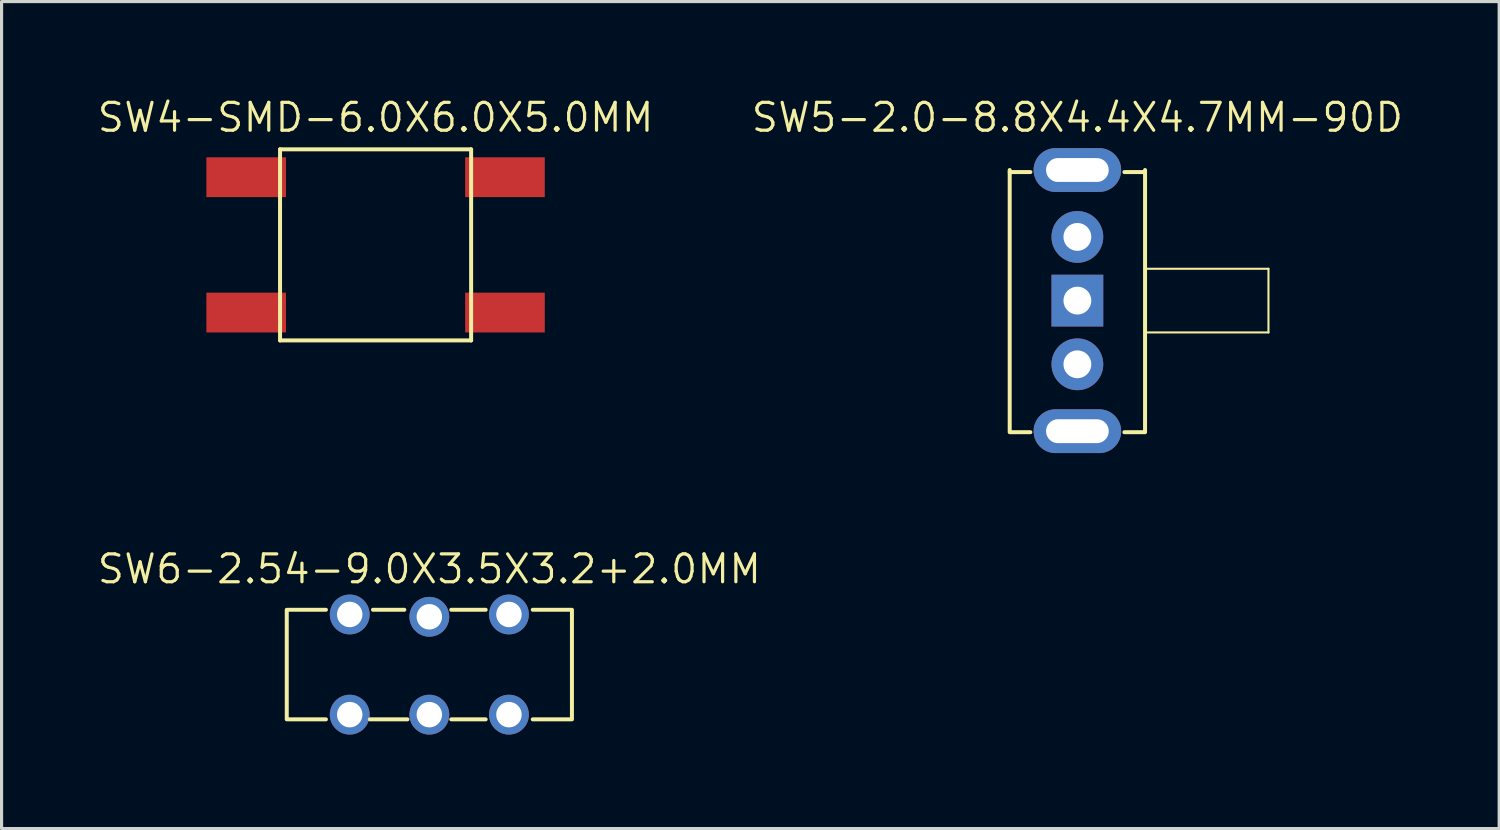
<source format=kicad_pcb>
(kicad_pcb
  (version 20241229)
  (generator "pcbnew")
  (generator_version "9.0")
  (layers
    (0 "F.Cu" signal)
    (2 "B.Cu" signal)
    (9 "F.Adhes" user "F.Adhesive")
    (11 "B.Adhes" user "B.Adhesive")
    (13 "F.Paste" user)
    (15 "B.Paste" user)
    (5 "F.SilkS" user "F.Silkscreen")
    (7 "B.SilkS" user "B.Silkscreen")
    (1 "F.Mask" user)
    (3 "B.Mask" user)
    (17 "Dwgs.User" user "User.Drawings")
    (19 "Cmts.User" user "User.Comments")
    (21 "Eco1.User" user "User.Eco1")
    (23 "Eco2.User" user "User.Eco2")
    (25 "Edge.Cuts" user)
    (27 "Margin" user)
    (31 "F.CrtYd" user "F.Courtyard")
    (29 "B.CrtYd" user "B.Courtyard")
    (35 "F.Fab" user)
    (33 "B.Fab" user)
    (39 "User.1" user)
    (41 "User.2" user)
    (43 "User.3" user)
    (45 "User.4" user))
  (footprint "SW5-2.0-8.8X4.4X4.7MM-90D"
    (layer "F.Cu")
    (at 31.321 6.54)
    (property "Reference" "SW5-2.0-8.8X4.4X4.7MM-90D" (at 0 -5.842 0) (layer "F.SilkS") (effects (font (size 0.889 0.889) (thickness 0.102))))
    (attr exclude_from_pos_files exclude_from_bom)
    (fp_line (start -2.159 -4.1) (end -1.499 -4.1) (stroke (width 0.127) (type solid)) (layer "F.SilkS"))
    (fp_line (start -2.159 4.14) (end -2.159 -4.14) (stroke (width 0.066) (type solid)) (layer "F.SilkS"))
    (fp_line (start -2.159 4.166) (end -2.159 -4.166) (stroke (width 0.127) (type solid)) (layer "F.SilkS"))
    (fp_line (start -2.159 4.199) (end -1.499 4.199) (stroke (width 0.127) (type solid)) (layer "F.SilkS"))
    (fp_line (start 2.159 -4.166) (end 2.159 4.166) (stroke (width 0.127) (type solid)) (layer "F.SilkS"))
    (fp_line (start 2.159 -4.1) (end 1.499 -4.1) (stroke (width 0.127) (type solid)) (layer "F.SilkS"))
    (fp_line (start 2.159 -1.016) (end 6.096 -1.016) (stroke (width 0.066) (type solid)) (layer "F.SilkS"))
    (fp_line (start 2.159 1.016) (end 2.159 -1.016) (stroke (width 0.066) (type solid)) (layer "F.SilkS"))
    (fp_line (start 2.159 1.016) (end 6.096 1.016) (stroke (width 0.066) (type solid)) (layer "F.SilkS"))
    (fp_line (start 2.159 4.14) (end 2.159 -4.14) (stroke (width 0.066) (type solid)) (layer "F.SilkS"))
    (fp_line (start 2.159 4.199) (end 1.499 4.199) (stroke (width 0.127) (type solid)) (layer "F.SilkS"))
    (fp_line (start 6.096 1.016) (end 6.096 -1.016) (stroke (width 0.066) (type solid)) (layer "F.SilkS"))
    (pad "A" thru_hole circle (at 0 -2.032) (size 1.651 1.651) (drill 0.889) (layers "*.Cu" "*.Mask"))
    (pad "B" thru_hole circle (at 0 2.032) (size 1.651 1.651) (drill 0.889) (layers "*.Cu" "*.Mask"))
    (pad "COM" thru_hole rect (at 0 0) (size 1.651 1.651) (drill 0.889) (layers "*.Cu" "*.Mask"))
    (pad "NC1" thru_hole oval (at 0 -4.166 90) (size 1.397 2.794) (drill oval 0.762 2) (layers "*.Cu" "*.Mask"))
    (pad "NC2" thru_hole oval (at 0 4.166 90) (size 1.397 2.794) (drill oval 0.762 2) (layers "*.Cu" "*.Mask")))
  (footprint "SW4-SMD-6.0X6.0X5.0MM"
    (layer "F.Cu")
    (at 8.932 4.762)
    (property "Reference" "SW4-SMD-6.0X6.0X5.0MM" (at 0 -4.064 0) (layer "F.SilkS") (effects (font (size 0.889 0.889) (thickness 0.102))))
    (attr smd)
    (fp_line (start -3.048 -3.048) (end 3.048 -3.048) (stroke (width 0.127) (type solid)) (layer "F.SilkS"))
    (fp_line (start -3.048 3.048) (end -3.048 -3.048) (stroke (width 0.127) (type solid)) (layer "F.SilkS"))
    (fp_line (start -3.048 3.048) (end 3.048 3.048) (stroke (width 0.066) (type solid)) (layer "F.SilkS"))
    (fp_line (start 3.048 -3.048) (end 3.048 3.048) (stroke (width 0.127) (type solid)) (layer "F.SilkS"))
    (fp_line (start 3.048 3.048) (end -3.048 3.048) (stroke (width 0.127) (type solid)) (layer "F.SilkS"))
    (pad "1" smd rect (at -4.128 -2.159) (size 2.54 1.27) (layers "F.Cu" "F.Mask" "F.Paste"))
    (pad "2" smd rect (at -4.128 2.159) (size 2.54 1.27) (layers "F.Cu" "F.Mask" "F.Paste"))
    (pad "3" smd rect (at 4.128 2.159) (size 2.54 1.27) (layers "F.Cu" "F.Mask" "F.Paste"))
    (pad "4" smd rect (at 4.128 -2.159) (size 2.54 1.27) (layers "F.Cu" "F.Mask" "F.Paste")))
  (footprint "SW6-2.54-9.0X3.5X3.2+2.0MM"
    (layer "F.Cu")
    (at 10.647 18.151)
    (property "Reference" "SW6-2.54-9.0X3.5X3.2+2.0MM" (at 0 -3.048 0) (layer "F.SilkS") (effects (font (size 0.889 0.889) (thickness 0.102))))
    (attr exclude_from_pos_files exclude_from_bom)
    (fp_line (start -4.549 1.748) (end -4.549 -1.748) (stroke (width 0.127) (type solid)) (layer "F.SilkS"))
    (fp_line (start -4.498 -1.748) (end -3.299 -1.748) (stroke (width 0.127) (type solid)) (layer "F.SilkS"))
    (fp_line (start -4.498 1.748) (end -3.299 1.748) (stroke (width 0.127) (type solid)) (layer "F.SilkS"))
    (fp_line (start -1.9 1.748) (end -0.699 1.748) (stroke (width 0.127) (type solid)) (layer "F.SilkS"))
    (fp_line (start -1.798 -1.748) (end -0.798 -1.748) (stroke (width 0.127) (type solid)) (layer "F.SilkS"))
    (fp_line (start 0.699 -1.748) (end 1.798 -1.748) (stroke (width 0.127) (type solid)) (layer "F.SilkS"))
    (fp_line (start 0.699 1.748) (end 1.798 1.748) (stroke (width 0.127) (type solid)) (layer "F.SilkS"))
    (fp_line (start 3.299 -1.748) (end 4.498 -1.748) (stroke (width 0.127) (type solid)) (layer "F.SilkS"))
    (fp_line (start 3.299 1.748) (end 4.498 1.748) (stroke (width 0.127) (type solid)) (layer "F.SilkS"))
    (fp_line (start 4.549 -1.748) (end 4.549 1.748) (stroke (width 0.127) (type solid)) (layer "F.SilkS"))
    (pad "CH1A" thru_hole circle (at -2.54 1.598) (size 1.27 1.27) (drill 0.813) (layers "*.Cu" "*.Mask"))
    (pad "CH1B" thru_hole circle (at 2.54 1.598) (size 1.27 1.27) (drill 0.813) (layers "*.Cu" "*.Mask"))
    (pad "CH2A" thru_hole circle (at -2.54 -1.598) (size 1.27 1.27) (drill 0.813) (layers "*.Cu" "*.Mask"))
    (pad "CH2B" thru_hole circle (at 2.54 -1.598) (size 1.27 1.27) (drill 0.813) (layers "*.Cu" "*.Mask"))
    (pad "COM1" thru_hole circle (at 0 1.598) (size 1.27 1.27) (drill 0.813) (layers "*.Cu" "*.Mask"))
    (pad "COM2" thru_hole circle (at 0 -1.524) (size 1.27 1.27) (drill 0.813) (layers "*.Cu" "*.Mask")))
  (gr_rect
    (start -3 -3)
    (end 44.777 23.384)
    (stroke (width 0.1) (type default))
    (fill no)
    (layer "Edge.Cuts")))
</source>
